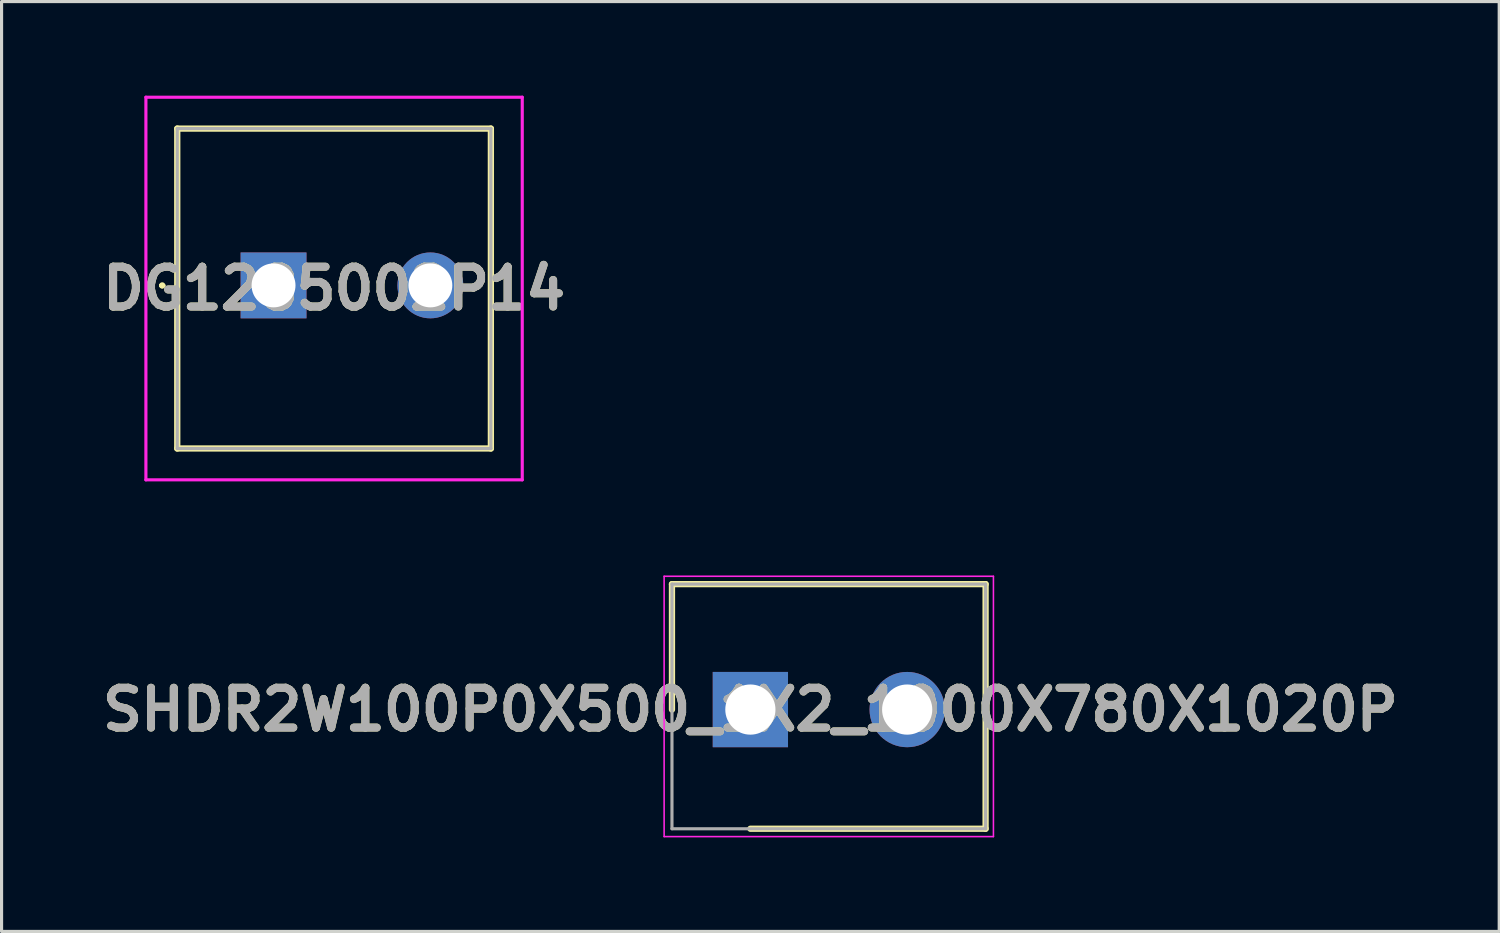
<source format=kicad_pcb>
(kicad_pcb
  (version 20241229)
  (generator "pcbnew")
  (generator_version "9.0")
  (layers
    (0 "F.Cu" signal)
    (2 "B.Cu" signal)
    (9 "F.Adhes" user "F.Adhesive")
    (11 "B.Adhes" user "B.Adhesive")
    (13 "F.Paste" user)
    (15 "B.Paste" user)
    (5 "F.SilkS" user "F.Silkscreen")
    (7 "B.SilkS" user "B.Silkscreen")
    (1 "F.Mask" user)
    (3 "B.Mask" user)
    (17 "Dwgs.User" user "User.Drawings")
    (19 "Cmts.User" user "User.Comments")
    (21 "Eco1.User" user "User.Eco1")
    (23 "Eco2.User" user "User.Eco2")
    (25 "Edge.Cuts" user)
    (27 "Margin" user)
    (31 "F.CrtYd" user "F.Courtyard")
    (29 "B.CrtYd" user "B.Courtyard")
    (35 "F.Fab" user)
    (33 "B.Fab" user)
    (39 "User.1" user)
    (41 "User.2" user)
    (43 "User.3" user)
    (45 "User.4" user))
  (footprint "DG1285002P14"
    (layer "F.Cu")
    (at 5.672 6.05)
    (property "Reference" "DG1285002P14" (at 1.93 0.1 0) (layer "F.SilkS") (effects (font (size 1.27 1.27) (thickness 0.254))))
    (attr through_hole)
    (fp_line (start -3.6 0) (end -3.6 0) (stroke (width 0.1) (type solid)) (layer "F.SilkS"))
    (fp_line (start -3.6 0) (end -3.6 0) (stroke (width 0.1) (type solid)) (layer "F.SilkS"))
    (fp_line (start -3.5 0) (end -3.5 0) (stroke (width 0.1) (type solid)) (layer "F.SilkS"))
    (fp_line (start -3.07 -5) (end 6.93 -5) (stroke (width 0.2) (type solid)) (layer "F.SilkS"))
    (fp_line (start -3.07 5.2) (end -3.07 -5) (stroke (width 0.2) (type solid)) (layer "F.SilkS"))
    (fp_line (start 6.93 -5) (end 6.93 5.2) (stroke (width 0.2) (type solid)) (layer "F.SilkS"))
    (fp_line (start 6.93 5.2) (end -3.07 5.2) (stroke (width 0.2) (type solid)) (layer "F.SilkS"))
    (fp_arc (start -3.6 0) (mid -3.55 -0.05) (end -3.5 0) (stroke (width 0.1) (type solid)) (layer "F.SilkS"))
    (fp_arc (start -3.5 0) (mid -3.55 0.05) (end -3.6 0) (stroke (width 0.1) (type solid)) (layer "F.SilkS"))
    (fp_arc (start -3.5 0) (mid -3.55 0.05) (end -3.6 0) (stroke (width 0.1) (type solid)) (layer "F.SilkS"))
    (fp_line (start -4.07 -6) (end 7.93 -6) (stroke (width 0.1) (type solid)) (layer "F.CrtYd"))
    (fp_line (start -4.07 6.2) (end -4.07 -6) (stroke (width 0.1) (type solid)) (layer "F.CrtYd"))
    (fp_line (start 7.93 -6) (end 7.93 6.2) (stroke (width 0.1) (type solid)) (layer "F.CrtYd"))
    (fp_line (start 7.93 6.2) (end -4.07 6.2) (stroke (width 0.1) (type solid)) (layer "F.CrtYd"))
    (fp_line (start -3.07 -5) (end -3.07 5.2) (stroke (width 0.1) (type solid)) (layer "F.Fab"))
    (fp_line (start -3.07 5.2) (end 6.93 5.2) (stroke (width 0.1) (type solid)) (layer "F.Fab"))
    (fp_line (start 6.93 -5) (end -3.07 -5) (stroke (width 0.1) (type solid)) (layer "F.Fab"))
    (fp_line (start 6.93 5.2) (end 6.93 -5) (stroke (width 0.1) (type solid)) (layer "F.Fab"))
    (fp_text user "${REFERENCE}" (at 1.93 0.1 0) (layer "F.Fab") (effects (font (size 1.27 1.27) (thickness 0.254))))
    (pad "1" thru_hole rect (at 0 0) (size 2.1 2.1) (drill 1.4) (layers "*.Cu" "*.Mask"))
    (pad "2" thru_hole circle (at 5 0) (size 2.1 2.1) (drill 1.4) (layers "*.Cu" "*.Mask")))
  (footprint "SHDR2W100P0X500_1X2_1000X780X1020P"
    (layer "F.Cu")
    (at 20.876 19.575)
    (property "Reference" "SHDR2W100P0X500_1X2_1000X780X1020P" (at 0 0 0) (layer "F.SilkS") (effects (font (size 1.27 1.27) (thickness 0.254))))
    (attr through_hole)
    (fp_line (start -2.5 -4) (end -2.5 0) (stroke (width 0.2) (type solid)) (layer "F.SilkS"))
    (fp_line (start 0 3.8) (end 7.5 3.8) (stroke (width 0.2) (type solid)) (layer "F.SilkS"))
    (fp_line (start 7.5 -4) (end -2.5 -4) (stroke (width 0.2) (type solid)) (layer "F.SilkS"))
    (fp_line (start 7.5 3.8) (end 7.5 -4) (stroke (width 0.2) (type solid)) (layer "F.SilkS"))
    (fp_line (start -2.75 -4.25) (end 7.75 -4.25) (stroke (width 0.05) (type solid)) (layer "F.CrtYd"))
    (fp_line (start -2.75 4.05) (end -2.75 -4.25) (stroke (width 0.05) (type solid)) (layer "F.CrtYd"))
    (fp_line (start 7.75 -4.25) (end 7.75 4.05) (stroke (width 0.05) (type solid)) (layer "F.CrtYd"))
    (fp_line (start 7.75 4.05) (end -2.75 4.05) (stroke (width 0.05) (type solid)) (layer "F.CrtYd"))
    (fp_line (start -2.5 -4) (end 7.5 -4) (stroke (width 0.1) (type solid)) (layer "F.Fab"))
    (fp_line (start -2.5 3.8) (end -2.5 -4) (stroke (width 0.1) (type solid)) (layer "F.Fab"))
    (fp_line (start 7.5 -4) (end 7.5 3.8) (stroke (width 0.1) (type solid)) (layer "F.Fab"))
    (fp_line (start 7.5 3.8) (end -2.5 3.8) (stroke (width 0.1) (type solid)) (layer "F.Fab"))
    (fp_text user "${REFERENCE}" (at 0 0 0) (layer "F.Fab") (effects (font (size 1.27 1.27) (thickness 0.254))))
    (pad "1" thru_hole rect (at 0 0) (size 2.4 2.4) (drill 1.6) (layers "*.Cu" "*.Mask"))
    (pad "2" thru_hole circle (at 5 0) (size 2.4 2.4) (drill 1.6) (layers "*.Cu" "*.Mask")))
  (gr_rect
    (start -3 -3)
    (end 44.753 26.65)
    (stroke (width 0.1) (type default))
    (fill no)
    (layer "Edge.Cuts")))
</source>
